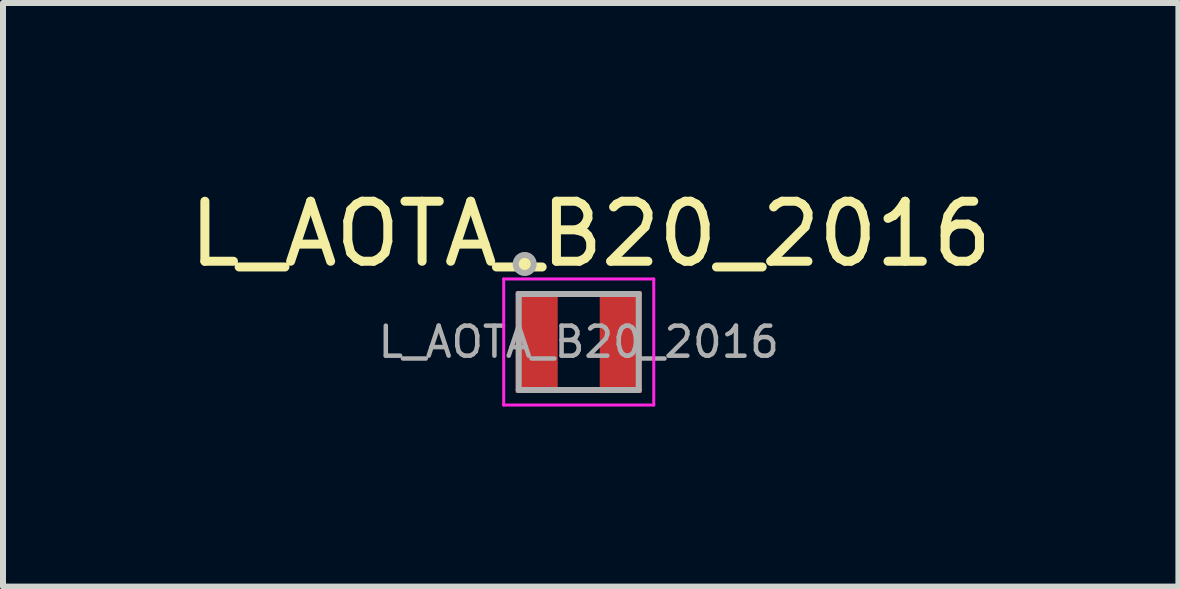
<source format=kicad_pcb>
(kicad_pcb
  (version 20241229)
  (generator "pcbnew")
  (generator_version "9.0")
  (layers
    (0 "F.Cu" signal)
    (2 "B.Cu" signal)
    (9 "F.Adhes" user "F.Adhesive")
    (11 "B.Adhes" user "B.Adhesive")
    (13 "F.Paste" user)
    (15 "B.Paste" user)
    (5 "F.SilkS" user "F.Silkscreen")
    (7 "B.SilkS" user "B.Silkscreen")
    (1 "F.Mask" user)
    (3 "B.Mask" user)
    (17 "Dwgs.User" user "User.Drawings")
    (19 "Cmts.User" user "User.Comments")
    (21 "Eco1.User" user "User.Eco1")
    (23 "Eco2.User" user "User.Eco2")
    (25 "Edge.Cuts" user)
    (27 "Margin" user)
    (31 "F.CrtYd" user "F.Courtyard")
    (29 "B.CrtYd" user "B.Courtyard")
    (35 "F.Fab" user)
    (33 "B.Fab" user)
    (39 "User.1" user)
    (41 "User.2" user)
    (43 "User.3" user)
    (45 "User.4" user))
  (footprint "L_AOTA_B20_2016"
    (layer "F.Cu")
    (at 6.592 2.648)
    (property "Reference" "L_AOTA_B20_2016" (at 0.2 -1.8 0) (layer "F.SilkS") (effects (font (size 1 1) (thickness 0.15))))
    (attr smd)
    (fp_circle (center -0.9 -1.3) (end -0.759 -1.3) (stroke (width 0.1) (type solid)) (fill yes) (layer "F.SilkS"))
    (fp_line (start -1.25 -1.05) (end -1.25 1.05) (stroke (width 0.05) (type solid)) (layer "F.CrtYd"))
    (fp_line (start -1.25 1.05) (end 1.25 1.05) (stroke (width 0.05) (type solid)) (layer "F.CrtYd"))
    (fp_line (start 1.25 -1.05) (end -1.25 -1.05) (stroke (width 0.05) (type solid)) (layer "F.CrtYd"))
    (fp_line (start 1.25 1.05) (end 1.25 -1.05) (stroke (width 0.05) (type solid)) (layer "F.CrtYd"))
    (fp_line (start -1 -0.8) (end -1 0.8) (stroke (width 0.1) (type solid)) (layer "F.Fab"))
    (fp_line (start -1 0.8) (end 1 0.8) (stroke (width 0.1) (type solid)) (layer "F.Fab"))
    (fp_line (start 1 -0.8) (end -1 -0.8) (stroke (width 0.1) (type solid)) (layer "F.Fab"))
    (fp_line (start 1 0.8) (end 1 -0.8) (stroke (width 0.1) (type solid)) (layer "F.Fab"))
    (fp_circle (center -0.9 -1.3) (end -0.75 -1.3) (stroke (width 0.1) (type solid)) (fill no) (layer "F.Fab"))
    (fp_text user "${REFERENCE}" (at 0 0 0) (layer "F.Fab") (effects (font (size 0.5 0.5) (thickness 0.075))))
    (pad "1" smd rect (at -0.7 0) (size 0.7 1.7) (layers "F.Cu" "F.Mask" "F.Paste"))
    (pad "2" smd rect (at 0.7 0) (size 0.7 1.7) (layers "F.Cu" "F.Mask" "F.Paste")))
  (gr_rect
    (start -3 -3)
    (end 16.583 6.723)
    (stroke (width 0.1) (type default))
    (fill no)
    (layer "Edge.Cuts")))
</source>
